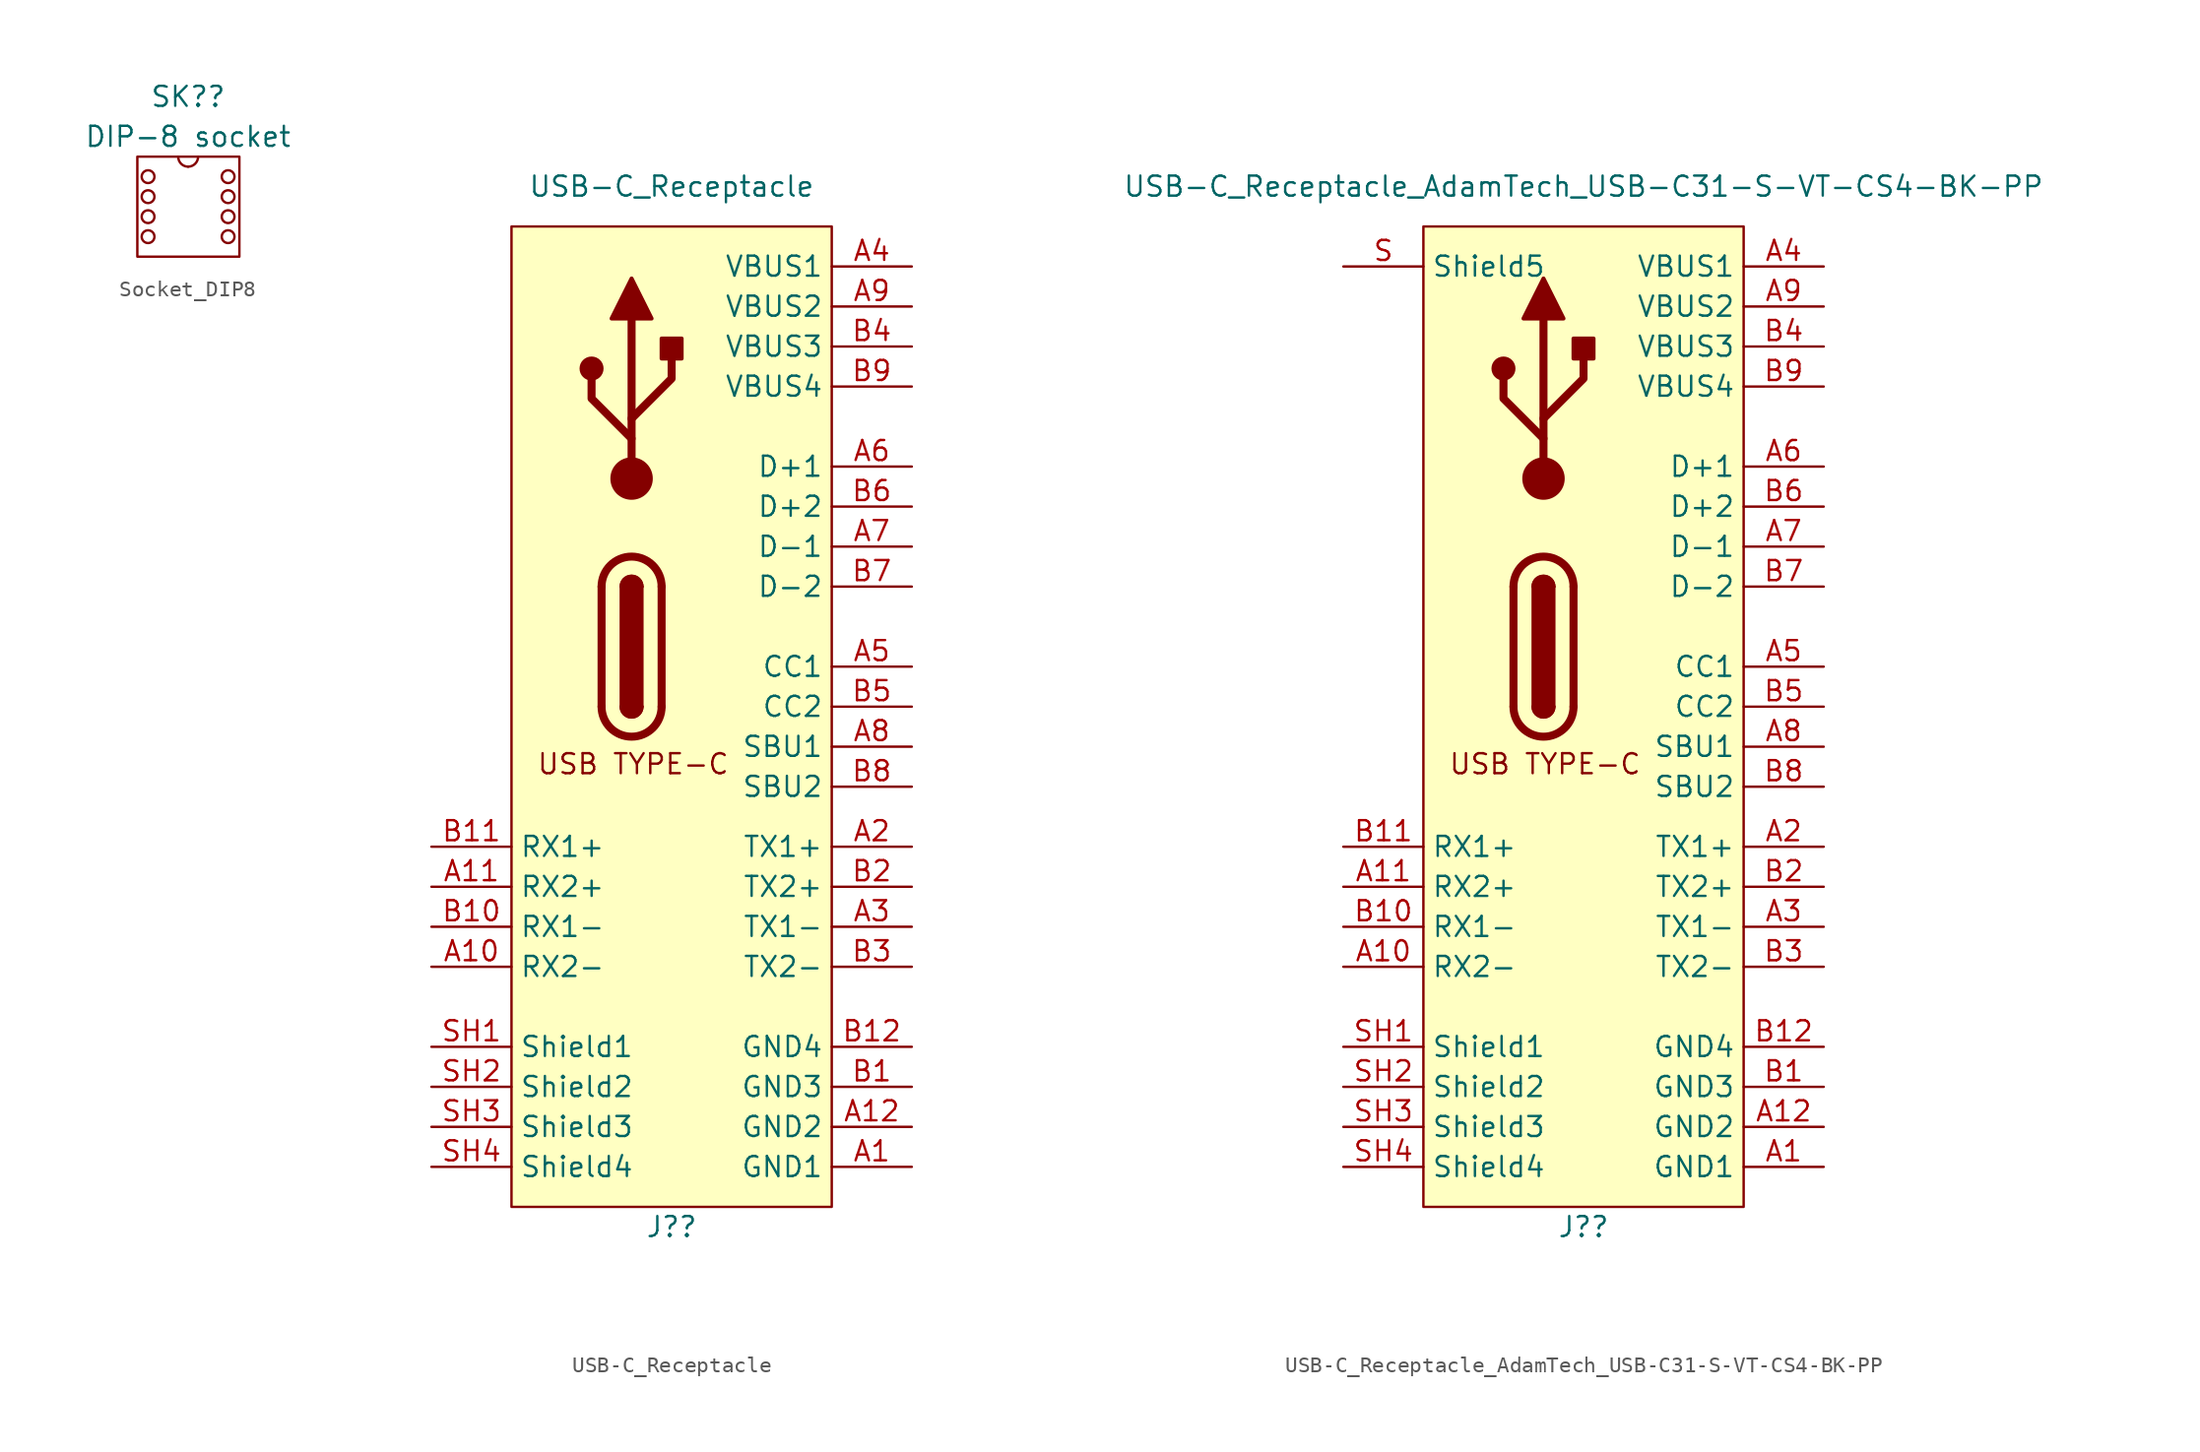
<source format=kicad_sym>
(kicad_symbol_lib
  (version 20241209)
  (generator "kicad_symbol_editor")
  (generator_version "9.0")
  (symbol "Socket_DIP8"
    (property "Reference" "SK?"
      (at 0 6.35 0)
      (effects (font (size 1.27 1.27))))
    (property "Value" "DIP-8 socket"
      (at 0 3.81 0)
      (effects (font (size 1.27 1.27))))
    (symbol "Socket_DIP8_0_1"
      (rectangle (start -3.221 2.54) (end 3.256 -3.81) (stroke (width 0) (type default)) (fill (type none)))
      (circle (center -2.54 1.27) (radius 0.405) (stroke (width 0) (type default)) (fill (type none)))
      (circle (center -2.54 0) (radius 0.405) (stroke (width 0) (type default)) (fill (type none)))
      (circle (center -2.54 -1.27) (radius 0.405) (stroke (width 0) (type default)) (fill (type none)))
      (circle (center -2.54 -2.54) (radius 0.405) (stroke (width 0) (type default)) (fill (type none)))
      (arc (start 0 1.905) (mid -0.449 2.091) (end -0.635 2.54) (stroke (width 0) (type default)) (fill (type none)))
      (arc (start 0.635 2.54) (mid 0.449 2.091) (end 0 1.905) (stroke (width 0) (type default)) (fill (type none)))
      (circle (center 2.54 1.27) (radius 0.405) (stroke (width 0) (type default)) (fill (type none)))
      (circle (center 2.54 0) (radius 0.405) (stroke (width 0) (type default)) (fill (type none)))
      (circle (center 2.54 -1.27) (radius 0.405) (stroke (width 0) (type default)) (fill (type none)))
      (circle (center 2.54 -2.54) (radius 0.405) (stroke (width 0) (type default)) (fill (type none)))))
  (symbol "USB-C_Receptacle"
    (property "Reference" "J?"
      (at 0 -34.29 0)
      (effects (font (size 1.27 1.27))))
    (property "Value" "USB-C_Receptacle"
      (at 0 31.75 0)
      (effects (font (size 1.27 1.27))))
    (symbol "USB-C_Receptacle_0_1"
      (polyline (pts (xy -4.445 -1.27) (xy -4.445 6.35)) (stroke (width 0.508) (type default)) (fill (type none)))
      (rectangle (start -3.175 -1.27) (end -1.905 6.35) (stroke (width 0.254) (type default)) (fill (type outline)))
      (arc (start -3.175 6.35) (mid -2.54 6.9823) (end -1.905 6.35) (stroke (width 0.254) (type default)) (fill (type none)))
      (arc (start -3.175 6.35) (mid -2.54 6.9823) (end -1.905 6.35) (stroke (width 0.254) (type default)) (fill (type outline)))
      (arc (start -4.445 6.35) (mid -2.54 8.2467) (end -0.635 6.35) (stroke (width 0.508) (type default)) (fill (type none)))
      (arc (start -0.635 -1.27) (mid -2.54 -3.1667) (end -4.445 -1.27) (stroke (width 0.508) (type default)) (fill (type none)))
      (arc (start -1.905 -1.27) (mid -2.54 -1.9023) (end -3.175 -1.27) (stroke (width 0.254) (type default)) (fill (type none)))
      (arc (start -1.905 -1.27) (mid -2.54 -1.9023) (end -3.175 -1.27) (stroke (width 0.254) (type default)) (fill (type outline)))
      (polyline (pts (xy -0.635 6.35) (xy -0.635 -1.27)) (stroke (width 0.508) (type default)) (fill (type none))))
    (symbol "USB-C_Receptacle_1_0"
      (rectangle (start -10.16 29.21) (end 10.16 -33.02) (stroke (width 0) (type default)) (fill (type background)))
      (text "USB TYPE-C" (at -2.442 -4.168 0) (effects (font (size 1.27 1.27)) (justify top)))
      (pin passive line (at -15.24 -10.16 0) (length 5.08) (name "RX1+" (effects (font (size 1.27 1.27)))) (number "B11" (effects (font (size 1.27 1.27)))))
      (pin passive line (at -15.24 -12.7 0) (length 5.08) (name "RX2+" (effects (font (size 1.27 1.27)))) (number "A11" (effects (font (size 1.27 1.27)))))
      (pin passive line (at -15.24 -15.24 0) (length 5.08) (name "RX1-" (effects (font (size 1.27 1.27)))) (number "B10" (effects (font (size 1.27 1.27)))))
      (pin passive line (at -15.24 -17.78 0) (length 5.08) (name "RX2-" (effects (font (size 1.27 1.27)))) (number "A10" (effects (font (size 1.27 1.27)))))
      (pin passive line (at -15.24 -22.86 0) (length 5.08) (name "Shield1" (effects (font (size 1.27 1.27)))) (number "SH1" (effects (font (size 1.27 1.27)))))
      (pin passive line (at -15.24 -25.4 0) (length 5.08) (name "Shield2" (effects (font (size 1.27 1.27)))) (number "SH2" (effects (font (size 1.27 1.27)))))
      (pin passive line (at -15.24 -27.94 0) (length 5.08) (name "Shield3" (effects (font (size 1.27 1.27)))) (number "SH3" (effects (font (size 1.27 1.27)))))
      (pin passive line (at -15.24 -30.48 0) (length 5.08) (name "Shield4" (effects (font (size 1.27 1.27)))) (number "SH4" (effects (font (size 1.27 1.27)))))
      (pin passive line (at 15.24 26.67 180) (length 5.08) (name "VBUS1" (effects (font (size 1.27 1.27)))) (number "A4" (effects (font (size 1.27 1.27)))))
      (pin passive line (at 15.24 24.13 180) (length 5.08) (name "VBUS2" (effects (font (size 1.27 1.27)))) (number "A9" (effects (font (size 1.27 1.27)))))
      (pin passive line (at 15.24 21.59 180) (length 5.08) (name "VBUS3" (effects (font (size 1.27 1.27)))) (number "B4" (effects (font (size 1.27 1.27)))))
      (pin passive line (at 15.24 19.05 180) (length 5.08) (name "VBUS4" (effects (font (size 1.27 1.27)))) (number "B9" (effects (font (size 1.27 1.27)))))
      (pin passive line (at 15.24 13.97 180) (length 5.08) (name "D+1" (effects (font (size 1.27 1.27)))) (number "A6" (effects (font (size 1.27 1.27)))))
      (pin passive line (at 15.24 11.43 180) (length 5.08) (name "D+2" (effects (font (size 1.27 1.27)))) (number "B6" (effects (font (size 1.27 1.27)))))
      (pin passive line (at 15.24 8.89 180) (length 5.08) (name "D-1" (effects (font (size 1.27 1.27)))) (number "A7" (effects (font (size 1.27 1.27)))))
      (pin passive line (at 15.24 6.35 180) (length 5.08) (name "D-2" (effects (font (size 1.27 1.27)))) (number "B7" (effects (font (size 1.27 1.27)))))
      (pin passive line (at 15.24 1.27 180) (length 5.08) (name "CC1" (effects (font (size 1.27 1.27)))) (number "A5" (effects (font (size 1.27 1.27)))))
      (pin passive line (at 15.24 -1.27 180) (length 5.08) (name "CC2" (effects (font (size 1.27 1.27)))) (number "B5" (effects (font (size 1.27 1.27)))))
      (pin passive line (at 15.24 -3.81 180) (length 5.08) (name "SBU1" (effects (font (size 1.27 1.27)))) (number "A8" (effects (font (size 1.27 1.27)))))
      (pin passive line (at 15.24 -6.35 180) (length 5.08) (name "SBU2" (effects (font (size 1.27 1.27)))) (number "B8" (effects (font (size 1.27 1.27)))))
      (pin passive line (at 15.24 -10.16 180) (length 5.08) (name "TX1+" (effects (font (size 1.27 1.27)))) (number "A2" (effects (font (size 1.27 1.27)))))
      (pin passive line (at 15.24 -12.7 180) (length 5.08) (name "TX2+" (effects (font (size 1.27 1.27)))) (number "B2" (effects (font (size 1.27 1.27)))))
      (pin passive line (at 15.24 -15.24 180) (length 5.08) (name "TX1-" (effects (font (size 1.27 1.27)))) (number "A3" (effects (font (size 1.27 1.27)))))
      (pin passive line (at 15.24 -17.78 180) (length 5.08) (name "TX2-" (effects (font (size 1.27 1.27)))) (number "B3" (effects (font (size 1.27 1.27)))))
      (pin passive line (at 15.24 -22.86 180) (length 5.08) (name "GND4" (effects (font (size 1.27 1.27)))) (number "B12" (effects (font (size 1.27 1.27)))))
      (pin passive line (at 15.24 -25.4 180) (length 5.08) (name "GND3" (effects (font (size 1.27 1.27)))) (number "B1" (effects (font (size 1.27 1.27)))))
      (pin passive line (at 15.24 -27.94 180) (length 5.08) (name "GND2" (effects (font (size 1.27 1.27)))) (number "A12" (effects (font (size 1.27 1.27)))))
      (pin passive line (at 15.24 -30.48 180) (length 5.08) (name "GND1" (effects (font (size 1.27 1.27)))) (number "A1" (effects (font (size 1.27 1.27))))))
    (symbol "USB-C_Receptacle_1_1"
      (circle (center -5.08 20.193) (radius 0.635) (stroke (width 0.254) (type default)) (fill (type outline)))
      (polyline (pts (xy -3.81 23.368) (xy -2.54 25.908) (xy -1.27 23.368) (xy -3.81 23.368)) (stroke (width 0.254) (type default)) (fill (type outline)))
      (polyline (pts (xy -2.54 17.018) (xy 0 19.558) (xy 0 20.828)) (stroke (width 0.508) (type default)) (fill (type none)))
      (polyline (pts (xy -2.54 15.748) (xy -5.08 18.288) (xy -5.08 19.558)) (stroke (width 0.508) (type default)) (fill (type none)))
      (circle (center -2.54 13.208) (radius 1.27) (stroke (width 0) (type default)) (fill (type outline)))
      (polyline (pts (xy -2.54 13.208) (xy -2.54 23.368)) (stroke (width 0.508) (type default)) (fill (type none)))
      (rectangle (start -0.635 20.828) (end 0.635 22.098) (stroke (width 0.254) (type default)) (fill (type outline)))))
  (symbol "USB-C_Receptacle_AdamTech_USB-C31-S-VT-CS4-BK-PP"
    (property "Reference" "J?"
      (at 0 -34.29 0)
      (effects (font (size 1.27 1.27))))
    (property "Value" "USB-C_Receptacle_AdamTech_USB-C31-S-VT-CS4-BK-PP"
      (at 0 31.75 0)
      (effects (font (size 1.27 1.27))))
    (symbol "USB-C_Receptacle_AdamTech_USB-C31-S-VT-CS4-BK-PP_0_1"
      (polyline (pts (xy -4.445 -1.27) (xy -4.445 6.35)) (stroke (width 0.508) (type default)) (fill (type none)))
      (rectangle (start -3.175 -1.27) (end -1.905 6.35) (stroke (width 0.254) (type default)) (fill (type outline)))
      (arc (start -3.175 6.35) (mid -2.54 6.9823) (end -1.905 6.35) (stroke (width 0.254) (type default)) (fill (type none)))
      (arc (start -3.175 6.35) (mid -2.54 6.9823) (end -1.905 6.35) (stroke (width 0.254) (type default)) (fill (type outline)))
      (arc (start -4.445 6.35) (mid -2.54 8.2467) (end -0.635 6.35) (stroke (width 0.508) (type default)) (fill (type none)))
      (arc (start -0.635 -1.27) (mid -2.54 -3.1667) (end -4.445 -1.27) (stroke (width 0.508) (type default)) (fill (type none)))
      (arc (start -1.905 -1.27) (mid -2.54 -1.9023) (end -3.175 -1.27) (stroke (width 0.254) (type default)) (fill (type none)))
      (arc (start -1.905 -1.27) (mid -2.54 -1.9023) (end -3.175 -1.27) (stroke (width 0.254) (type default)) (fill (type outline)))
      (polyline (pts (xy -0.635 6.35) (xy -0.635 -1.27)) (stroke (width 0.508) (type default)) (fill (type none))))
    (symbol "USB-C_Receptacle_AdamTech_USB-C31-S-VT-CS4-BK-PP_1_0"
      (rectangle (start -10.16 29.21) (end 10.16 -33.02) (stroke (width 0) (type default)) (fill (type background)))
      (text "USB TYPE-C" (at -2.442 -4.168 0) (effects (font (size 1.27 1.27)) (justify top)))
      (pin passive line (at -15.24 26.67 0) (length 5.08) (name "Shield5" (effects (font (size 1.27 1.27)))) (number "S" (effects (font (size 1.27 1.27)))))
      (pin passive line (at -15.24 -10.16 0) (length 5.08) (name "RX1+" (effects (font (size 1.27 1.27)))) (number "B11" (effects (font (size 1.27 1.27)))))
      (pin passive line (at -15.24 -12.7 0) (length 5.08) (name "RX2+" (effects (font (size 1.27 1.27)))) (number "A11" (effects (font (size 1.27 1.27)))))
      (pin passive line (at -15.24 -15.24 0) (length 5.08) (name "RX1-" (effects (font (size 1.27 1.27)))) (number "B10" (effects (font (size 1.27 1.27)))))
      (pin passive line (at -15.24 -17.78 0) (length 5.08) (name "RX2-" (effects (font (size 1.27 1.27)))) (number "A10" (effects (font (size 1.27 1.27)))))
      (pin passive line (at -15.24 -22.86 0) (length 5.08) (name "Shield1" (effects (font (size 1.27 1.27)))) (number "SH1" (effects (font (size 1.27 1.27)))))
      (pin passive line (at -15.24 -25.4 0) (length 5.08) (name "Shield2" (effects (font (size 1.27 1.27)))) (number "SH2" (effects (font (size 1.27 1.27)))))
      (pin passive line (at -15.24 -27.94 0) (length 5.08) (name "Shield3" (effects (font (size 1.27 1.27)))) (number "SH3" (effects (font (size 1.27 1.27)))))
      (pin passive line (at -15.24 -30.48 0) (length 5.08) (name "Shield4" (effects (font (size 1.27 1.27)))) (number "SH4" (effects (font (size 1.27 1.27)))))
      (pin passive line (at 15.24 26.67 180) (length 5.08) (name "VBUS1" (effects (font (size 1.27 1.27)))) (number "A4" (effects (font (size 1.27 1.27)))))
      (pin passive line (at 15.24 24.13 180) (length 5.08) (name "VBUS2" (effects (font (size 1.27 1.27)))) (number "A9" (effects (font (size 1.27 1.27)))))
      (pin passive line (at 15.24 21.59 180) (length 5.08) (name "VBUS3" (effects (font (size 1.27 1.27)))) (number "B4" (effects (font (size 1.27 1.27)))))
      (pin passive line (at 15.24 19.05 180) (length 5.08) (name "VBUS4" (effects (font (size 1.27 1.27)))) (number "B9" (effects (font (size 1.27 1.27)))))
      (pin passive line (at 15.24 13.97 180) (length 5.08) (name "D+1" (effects (font (size 1.27 1.27)))) (number "A6" (effects (font (size 1.27 1.27)))))
      (pin passive line (at 15.24 11.43 180) (length 5.08) (name "D+2" (effects (font (size 1.27 1.27)))) (number "B6" (effects (font (size 1.27 1.27)))))
      (pin passive line (at 15.24 8.89 180) (length 5.08) (name "D-1" (effects (font (size 1.27 1.27)))) (number "A7" (effects (font (size 1.27 1.27)))))
      (pin passive line (at 15.24 6.35 180) (length 5.08) (name "D-2" (effects (font (size 1.27 1.27)))) (number "B7" (effects (font (size 1.27 1.27)))))
      (pin passive line (at 15.24 1.27 180) (length 5.08) (name "CC1" (effects (font (size 1.27 1.27)))) (number "A5" (effects (font (size 1.27 1.27)))))
      (pin passive line (at 15.24 -1.27 180) (length 5.08) (name "CC2" (effects (font (size 1.27 1.27)))) (number "B5" (effects (font (size 1.27 1.27)))))
      (pin passive line (at 15.24 -3.81 180) (length 5.08) (name "SBU1" (effects (font (size 1.27 1.27)))) (number "A8" (effects (font (size 1.27 1.27)))))
      (pin passive line (at 15.24 -6.35 180) (length 5.08) (name "SBU2" (effects (font (size 1.27 1.27)))) (number "B8" (effects (font (size 1.27 1.27)))))
      (pin passive line (at 15.24 -10.16 180) (length 5.08) (name "TX1+" (effects (font (size 1.27 1.27)))) (number "A2" (effects (font (size 1.27 1.27)))))
      (pin passive line (at 15.24 -12.7 180) (length 5.08) (name "TX2+" (effects (font (size 1.27 1.27)))) (number "B2" (effects (font (size 1.27 1.27)))))
      (pin passive line (at 15.24 -15.24 180) (length 5.08) (name "TX1-" (effects (font (size 1.27 1.27)))) (number "A3" (effects (font (size 1.27 1.27)))))
      (pin passive line (at 15.24 -17.78 180) (length 5.08) (name "TX2-" (effects (font (size 1.27 1.27)))) (number "B3" (effects (font (size 1.27 1.27)))))
      (pin passive line (at 15.24 -22.86 180) (length 5.08) (name "GND4" (effects (font (size 1.27 1.27)))) (number "B12" (effects (font (size 1.27 1.27)))))
      (pin passive line (at 15.24 -25.4 180) (length 5.08) (name "GND3" (effects (font (size 1.27 1.27)))) (number "B1" (effects (font (size 1.27 1.27)))))
      (pin passive line (at 15.24 -27.94 180) (length 5.08) (name "GND2" (effects (font (size 1.27 1.27)))) (number "A12" (effects (font (size 1.27 1.27)))))
      (pin passive line (at 15.24 -30.48 180) (length 5.08) (name "GND1" (effects (font (size 1.27 1.27)))) (number "A1" (effects (font (size 1.27 1.27))))))
    (symbol "USB-C_Receptacle_AdamTech_USB-C31-S-VT-CS4-BK-PP_1_1"
      (circle (center -5.08 20.193) (radius 0.635) (stroke (width 0.254) (type default)) (fill (type outline)))
      (polyline (pts (xy -3.81 23.368) (xy -2.54 25.908) (xy -1.27 23.368) (xy -3.81 23.368)) (stroke (width 0.254) (type default)) (fill (type outline)))
      (polyline (pts (xy -2.54 17.018) (xy 0 19.558) (xy 0 20.828)) (stroke (width 0.508) (type default)) (fill (type none)))
      (polyline (pts (xy -2.54 15.748) (xy -5.08 18.288) (xy -5.08 19.558)) (stroke (width 0.508) (type default)) (fill (type none)))
      (circle (center -2.54 13.208) (radius 1.27) (stroke (width 0) (type default)) (fill (type outline)))
      (polyline (pts (xy -2.54 13.208) (xy -2.54 23.368)) (stroke (width 0.508) (type default)) (fill (type none)))
      (rectangle (start -0.635 20.828) (end 0.635 22.098) (stroke (width 0.254) (type default)) (fill (type outline))))))
</source>
